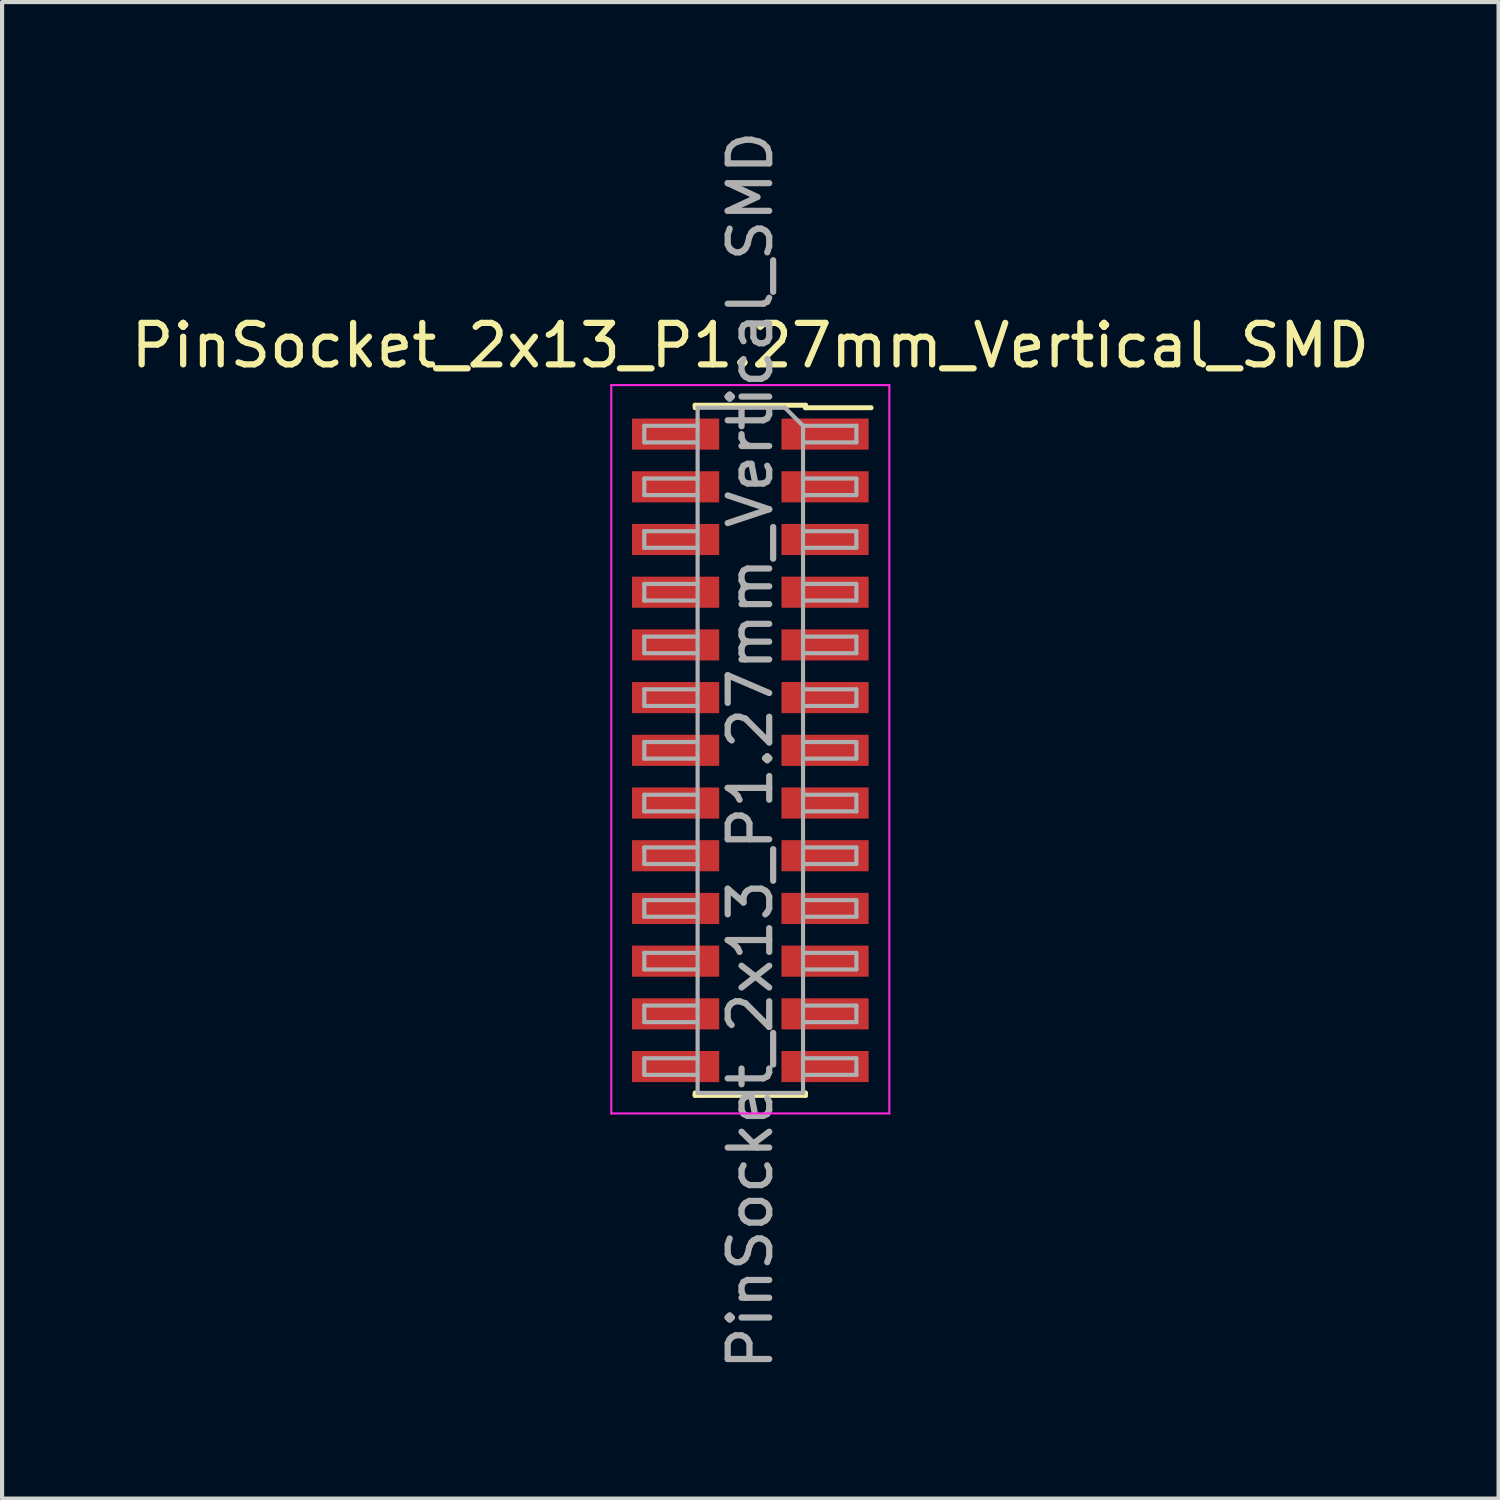
<source format=kicad_pcb>
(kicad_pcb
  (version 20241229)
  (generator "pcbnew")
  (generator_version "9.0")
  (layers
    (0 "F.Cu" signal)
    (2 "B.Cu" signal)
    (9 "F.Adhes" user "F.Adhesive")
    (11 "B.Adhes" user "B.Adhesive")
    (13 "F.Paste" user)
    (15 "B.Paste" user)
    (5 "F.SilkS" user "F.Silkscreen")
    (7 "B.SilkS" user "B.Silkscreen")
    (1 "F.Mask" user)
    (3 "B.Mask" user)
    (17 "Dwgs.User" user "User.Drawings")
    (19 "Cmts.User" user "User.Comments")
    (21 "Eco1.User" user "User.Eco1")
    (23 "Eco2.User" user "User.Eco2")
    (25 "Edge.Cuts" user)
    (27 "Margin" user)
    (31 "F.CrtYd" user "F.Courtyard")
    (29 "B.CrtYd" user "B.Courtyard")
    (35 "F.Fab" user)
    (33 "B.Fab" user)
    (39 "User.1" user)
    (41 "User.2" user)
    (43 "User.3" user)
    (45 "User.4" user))
  (footprint "PinSocket_2x13_P1.27mm_Vertical_SMD"
    (layer "F.Cu")
    (at 15.03 15.03)
    (property "Reference" "PinSocket_2x13_P1.27mm_Vertical_SMD" (at 0 -9.755 0) (layer "F.SilkS") (effects (font (size 1 1) (thickness 0.15))))
    (attr smd)
    (fp_line (start -1.33 -8.315) (end 1.33 -8.315) (stroke (width 0.12) (type solid)) (layer "F.SilkS"))
    (fp_line (start -1.33 -8.255) (end -1.33 -8.315) (stroke (width 0.12) (type solid)) (layer "F.SilkS"))
    (fp_line (start -1.33 8.315) (end -1.33 8.255) (stroke (width 0.12) (type solid)) (layer "F.SilkS"))
    (fp_line (start 1.33 -8.315) (end 1.33 -8.255) (stroke (width 0.12) (type solid)) (layer "F.SilkS"))
    (fp_line (start 1.33 -8.255) (end 2.91 -8.255) (stroke (width 0.12) (type solid)) (layer "F.SilkS"))
    (fp_line (start 1.33 8.255) (end 1.33 8.315) (stroke (width 0.12) (type solid)) (layer "F.SilkS"))
    (fp_line (start 1.33 8.315) (end -1.33 8.315) (stroke (width 0.12) (type solid)) (layer "F.SilkS"))
    (fp_line (start -3.35 -8.8) (end 3.35 -8.8) (stroke (width 0.05) (type solid)) (layer "F.CrtYd"))
    (fp_line (start -3.35 8.75) (end -3.35 -8.8) (stroke (width 0.05) (type solid)) (layer "F.CrtYd"))
    (fp_line (start 3.35 -8.8) (end 3.35 8.75) (stroke (width 0.05) (type solid)) (layer "F.CrtYd"))
    (fp_line (start 3.35 8.75) (end -3.35 8.75) (stroke (width 0.05) (type solid)) (layer "F.CrtYd"))
    (fp_line (start -2.555 -7.82) (end -1.27 -7.82) (stroke (width 0.1) (type solid)) (layer "F.Fab"))
    (fp_line (start -2.555 -7.42) (end -2.555 -7.82) (stroke (width 0.1) (type solid)) (layer "F.Fab"))
    (fp_line (start -2.555 -6.55) (end -1.27 -6.55) (stroke (width 0.1) (type solid)) (layer "F.Fab"))
    (fp_line (start -2.555 -6.15) (end -2.555 -6.55) (stroke (width 0.1) (type solid)) (layer "F.Fab"))
    (fp_line (start -2.555 -5.28) (end -1.27 -5.28) (stroke (width 0.1) (type solid)) (layer "F.Fab"))
    (fp_line (start -2.555 -4.88) (end -2.555 -5.28) (stroke (width 0.1) (type solid)) (layer "F.Fab"))
    (fp_line (start -2.555 -4.01) (end -1.27 -4.01) (stroke (width 0.1) (type solid)) (layer "F.Fab"))
    (fp_line (start -2.555 -3.61) (end -2.555 -4.01) (stroke (width 0.1) (type solid)) (layer "F.Fab"))
    (fp_line (start -2.555 -2.74) (end -1.27 -2.74) (stroke (width 0.1) (type solid)) (layer "F.Fab"))
    (fp_line (start -2.555 -2.34) (end -2.555 -2.74) (stroke (width 0.1) (type solid)) (layer "F.Fab"))
    (fp_line (start -2.555 -1.47) (end -1.27 -1.47) (stroke (width 0.1) (type solid)) (layer "F.Fab"))
    (fp_line (start -2.555 -1.07) (end -2.555 -1.47) (stroke (width 0.1) (type solid)) (layer "F.Fab"))
    (fp_line (start -2.555 -0.2) (end -1.27 -0.2) (stroke (width 0.1) (type solid)) (layer "F.Fab"))
    (fp_line (start -2.555 0.2) (end -2.555 -0.2) (stroke (width 0.1) (type solid)) (layer "F.Fab"))
    (fp_line (start -2.555 1.07) (end -1.27 1.07) (stroke (width 0.1) (type solid)) (layer "F.Fab"))
    (fp_line (start -2.555 1.47) (end -2.555 1.07) (stroke (width 0.1) (type solid)) (layer "F.Fab"))
    (fp_line (start -2.555 2.34) (end -1.27 2.34) (stroke (width 0.1) (type solid)) (layer "F.Fab"))
    (fp_line (start -2.555 2.74) (end -2.555 2.34) (stroke (width 0.1) (type solid)) (layer "F.Fab"))
    (fp_line (start -2.555 3.61) (end -1.27 3.61) (stroke (width 0.1) (type solid)) (layer "F.Fab"))
    (fp_line (start -2.555 4.01) (end -2.555 3.61) (stroke (width 0.1) (type solid)) (layer "F.Fab"))
    (fp_line (start -2.555 4.88) (end -1.27 4.88) (stroke (width 0.1) (type solid)) (layer "F.Fab"))
    (fp_line (start -2.555 5.28) (end -2.555 4.88) (stroke (width 0.1) (type solid)) (layer "F.Fab"))
    (fp_line (start -2.555 6.15) (end -1.27 6.15) (stroke (width 0.1) (type solid)) (layer "F.Fab"))
    (fp_line (start -2.555 6.55) (end -2.555 6.15) (stroke (width 0.1) (type solid)) (layer "F.Fab"))
    (fp_line (start -2.555 7.42) (end -1.27 7.42) (stroke (width 0.1) (type solid)) (layer "F.Fab"))
    (fp_line (start -2.555 7.82) (end -2.555 7.42) (stroke (width 0.1) (type solid)) (layer "F.Fab"))
    (fp_line (start -1.27 -8.255) (end 0.835 -8.255) (stroke (width 0.1) (type solid)) (layer "F.Fab"))
    (fp_line (start -1.27 -7.42) (end -2.555 -7.42) (stroke (width 0.1) (type solid)) (layer "F.Fab"))
    (fp_line (start -1.27 -6.15) (end -2.555 -6.15) (stroke (width 0.1) (type solid)) (layer "F.Fab"))
    (fp_line (start -1.27 -4.88) (end -2.555 -4.88) (stroke (width 0.1) (type solid)) (layer "F.Fab"))
    (fp_line (start -1.27 -3.61) (end -2.555 -3.61) (stroke (width 0.1) (type solid)) (layer "F.Fab"))
    (fp_line (start -1.27 -2.34) (end -2.555 -2.34) (stroke (width 0.1) (type solid)) (layer "F.Fab"))
    (fp_line (start -1.27 -1.07) (end -2.555 -1.07) (stroke (width 0.1) (type solid)) (layer "F.Fab"))
    (fp_line (start -1.27 0.2) (end -2.555 0.2) (stroke (width 0.1) (type solid)) (layer "F.Fab"))
    (fp_line (start -1.27 1.47) (end -2.555 1.47) (stroke (width 0.1) (type solid)) (layer "F.Fab"))
    (fp_line (start -1.27 2.74) (end -2.555 2.74) (stroke (width 0.1) (type solid)) (layer "F.Fab"))
    (fp_line (start -1.27 4.01) (end -2.555 4.01) (stroke (width 0.1) (type solid)) (layer "F.Fab"))
    (fp_line (start -1.27 5.28) (end -2.555 5.28) (stroke (width 0.1) (type solid)) (layer "F.Fab"))
    (fp_line (start -1.27 6.55) (end -2.555 6.55) (stroke (width 0.1) (type solid)) (layer "F.Fab"))
    (fp_line (start -1.27 7.82) (end -2.555 7.82) (stroke (width 0.1) (type solid)) (layer "F.Fab"))
    (fp_line (start -1.27 8.255) (end -1.27 -8.255) (stroke (width 0.1) (type solid)) (layer "F.Fab"))
    (fp_line (start 0.835 -8.255) (end 1.27 -7.82) (stroke (width 0.1) (type solid)) (layer "F.Fab"))
    (fp_line (start 1.27 -7.82) (end 1.27 8.255) (stroke (width 0.1) (type solid)) (layer "F.Fab"))
    (fp_line (start 1.27 -7.82) (end 2.555 -7.82) (stroke (width 0.1) (type solid)) (layer "F.Fab"))
    (fp_line (start 1.27 -6.55) (end 2.555 -6.55) (stroke (width 0.1) (type solid)) (layer "F.Fab"))
    (fp_line (start 1.27 -5.28) (end 2.555 -5.28) (stroke (width 0.1) (type solid)) (layer "F.Fab"))
    (fp_line (start 1.27 -4.01) (end 2.555 -4.01) (stroke (width 0.1) (type solid)) (layer "F.Fab"))
    (fp_line (start 1.27 -2.74) (end 2.555 -2.74) (stroke (width 0.1) (type solid)) (layer "F.Fab"))
    (fp_line (start 1.27 -1.47) (end 2.555 -1.47) (stroke (width 0.1) (type solid)) (layer "F.Fab"))
    (fp_line (start 1.27 -0.2) (end 2.555 -0.2) (stroke (width 0.1) (type solid)) (layer "F.Fab"))
    (fp_line (start 1.27 1.07) (end 2.555 1.07) (stroke (width 0.1) (type solid)) (layer "F.Fab"))
    (fp_line (start 1.27 2.34) (end 2.555 2.34) (stroke (width 0.1) (type solid)) (layer "F.Fab"))
    (fp_line (start 1.27 3.61) (end 2.555 3.61) (stroke (width 0.1) (type solid)) (layer "F.Fab"))
    (fp_line (start 1.27 4.88) (end 2.555 4.88) (stroke (width 0.1) (type solid)) (layer "F.Fab"))
    (fp_line (start 1.27 6.15) (end 2.555 6.15) (stroke (width 0.1) (type solid)) (layer "F.Fab"))
    (fp_line (start 1.27 7.42) (end 2.555 7.42) (stroke (width 0.1) (type solid)) (layer "F.Fab"))
    (fp_line (start 1.27 8.255) (end -1.27 8.255) (stroke (width 0.1) (type solid)) (layer "F.Fab"))
    (fp_line (start 2.555 -7.82) (end 2.555 -7.42) (stroke (width 0.1) (type solid)) (layer "F.Fab"))
    (fp_line (start 2.555 -7.42) (end 1.27 -7.42) (stroke (width 0.1) (type solid)) (layer "F.Fab"))
    (fp_line (start 2.555 -6.55) (end 2.555 -6.15) (stroke (width 0.1) (type solid)) (layer "F.Fab"))
    (fp_line (start 2.555 -6.15) (end 1.27 -6.15) (stroke (width 0.1) (type solid)) (layer "F.Fab"))
    (fp_line (start 2.555 -5.28) (end 2.555 -4.88) (stroke (width 0.1) (type solid)) (layer "F.Fab"))
    (fp_line (start 2.555 -4.88) (end 1.27 -4.88) (stroke (width 0.1) (type solid)) (layer "F.Fab"))
    (fp_line (start 2.555 -4.01) (end 2.555 -3.61) (stroke (width 0.1) (type solid)) (layer "F.Fab"))
    (fp_line (start 2.555 -3.61) (end 1.27 -3.61) (stroke (width 0.1) (type solid)) (layer "F.Fab"))
    (fp_line (start 2.555 -2.74) (end 2.555 -2.34) (stroke (width 0.1) (type solid)) (layer "F.Fab"))
    (fp_line (start 2.555 -2.34) (end 1.27 -2.34) (stroke (width 0.1) (type solid)) (layer "F.Fab"))
    (fp_line (start 2.555 -1.47) (end 2.555 -1.07) (stroke (width 0.1) (type solid)) (layer "F.Fab"))
    (fp_line (start 2.555 -1.07) (end 1.27 -1.07) (stroke (width 0.1) (type solid)) (layer "F.Fab"))
    (fp_line (start 2.555 -0.2) (end 2.555 0.2) (stroke (width 0.1) (type solid)) (layer "F.Fab"))
    (fp_line (start 2.555 0.2) (end 1.27 0.2) (stroke (width 0.1) (type solid)) (layer "F.Fab"))
    (fp_line (start 2.555 1.07) (end 2.555 1.47) (stroke (width 0.1) (type solid)) (layer "F.Fab"))
    (fp_line (start 2.555 1.47) (end 1.27 1.47) (stroke (width 0.1) (type solid)) (layer "F.Fab"))
    (fp_line (start 2.555 2.34) (end 2.555 2.74) (stroke (width 0.1) (type solid)) (layer "F.Fab"))
    (fp_line (start 2.555 2.74) (end 1.27 2.74) (stroke (width 0.1) (type solid)) (layer "F.Fab"))
    (fp_line (start 2.555 3.61) (end 2.555 4.01) (stroke (width 0.1) (type solid)) (layer "F.Fab"))
    (fp_line (start 2.555 4.01) (end 1.27 4.01) (stroke (width 0.1) (type solid)) (layer "F.Fab"))
    (fp_line (start 2.555 4.88) (end 2.555 5.28) (stroke (width 0.1) (type solid)) (layer "F.Fab"))
    (fp_line (start 2.555 5.28) (end 1.27 5.28) (stroke (width 0.1) (type solid)) (layer "F.Fab"))
    (fp_line (start 2.555 6.15) (end 2.555 6.55) (stroke (width 0.1) (type solid)) (layer "F.Fab"))
    (fp_line (start 2.555 6.55) (end 1.27 6.55) (stroke (width 0.1) (type solid)) (layer "F.Fab"))
    (fp_line (start 2.555 7.42) (end 2.555 7.82) (stroke (width 0.1) (type solid)) (layer "F.Fab"))
    (fp_line (start 2.555 7.82) (end 1.27 7.82) (stroke (width 0.1) (type solid)) (layer "F.Fab"))
    (fp_text user "${REFERENCE}" (at 0 0 90) (layer "F.Fab") (effects (font (size 1 1) (thickness 0.15))))
    (pad "1" smd rect (at 1.8 -7.62) (size 2.1 0.75) (layers "F.Cu" "F.Mask" "F.Paste"))
    (pad "2" smd rect (at -1.8 -7.62) (size 2.1 0.75) (layers "F.Cu" "F.Mask" "F.Paste"))
    (pad "3" smd rect (at 1.8 -6.35) (size 2.1 0.75) (layers "F.Cu" "F.Mask" "F.Paste"))
    (pad "4" smd rect (at -1.8 -6.35) (size 2.1 0.75) (layers "F.Cu" "F.Mask" "F.Paste"))
    (pad "5" smd rect (at 1.8 -5.08) (size 2.1 0.75) (layers "F.Cu" "F.Mask" "F.Paste"))
    (pad "6" smd rect (at -1.8 -5.08) (size 2.1 0.75) (layers "F.Cu" "F.Mask" "F.Paste"))
    (pad "7" smd rect (at 1.8 -3.81) (size 2.1 0.75) (layers "F.Cu" "F.Mask" "F.Paste"))
    (pad "8" smd rect (at -1.8 -3.81) (size 2.1 0.75) (layers "F.Cu" "F.Mask" "F.Paste"))
    (pad "9" smd rect (at 1.8 -2.54) (size 2.1 0.75) (layers "F.Cu" "F.Mask" "F.Paste"))
    (pad "10" smd rect (at -1.8 -2.54) (size 2.1 0.75) (layers "F.Cu" "F.Mask" "F.Paste"))
    (pad "11" smd rect (at 1.8 -1.27) (size 2.1 0.75) (layers "F.Cu" "F.Mask" "F.Paste"))
    (pad "12" smd rect (at -1.8 -1.27) (size 2.1 0.75) (layers "F.Cu" "F.Mask" "F.Paste"))
    (pad "13" smd rect (at 1.8 0) (size 2.1 0.75) (layers "F.Cu" "F.Mask" "F.Paste"))
    (pad "14" smd rect (at -1.8 0) (size 2.1 0.75) (layers "F.Cu" "F.Mask" "F.Paste"))
    (pad "15" smd rect (at 1.8 1.27) (size 2.1 0.75) (layers "F.Cu" "F.Mask" "F.Paste"))
    (pad "16" smd rect (at -1.8 1.27) (size 2.1 0.75) (layers "F.Cu" "F.Mask" "F.Paste"))
    (pad "17" smd rect (at 1.8 2.54) (size 2.1 0.75) (layers "F.Cu" "F.Mask" "F.Paste"))
    (pad "18" smd rect (at -1.8 2.54) (size 2.1 0.75) (layers "F.Cu" "F.Mask" "F.Paste"))
    (pad "19" smd rect (at 1.8 3.81) (size 2.1 0.75) (layers "F.Cu" "F.Mask" "F.Paste"))
    (pad "20" smd rect (at -1.8 3.81) (size 2.1 0.75) (layers "F.Cu" "F.Mask" "F.Paste"))
    (pad "21" smd rect (at 1.8 5.08) (size 2.1 0.75) (layers "F.Cu" "F.Mask" "F.Paste"))
    (pad "22" smd rect (at -1.8 5.08) (size 2.1 0.75) (layers "F.Cu" "F.Mask" "F.Paste"))
    (pad "23" smd rect (at 1.8 6.35) (size 2.1 0.75) (layers "F.Cu" "F.Mask" "F.Paste"))
    (pad "24" smd rect (at -1.8 6.35) (size 2.1 0.75) (layers "F.Cu" "F.Mask" "F.Paste"))
    (pad "25" smd rect (at 1.8 7.62) (size 2.1 0.75) (layers "F.Cu" "F.Mask" "F.Paste"))
    (pad "26" smd rect (at -1.8 7.62) (size 2.1 0.75) (layers "F.Cu" "F.Mask" "F.Paste")))
  (gr_rect
    (start -3 -3)
    (end 33.06 33.06)
    (stroke (width 0.1) (type default))
    (fill no)
    (layer "Edge.Cuts")))
</source>
